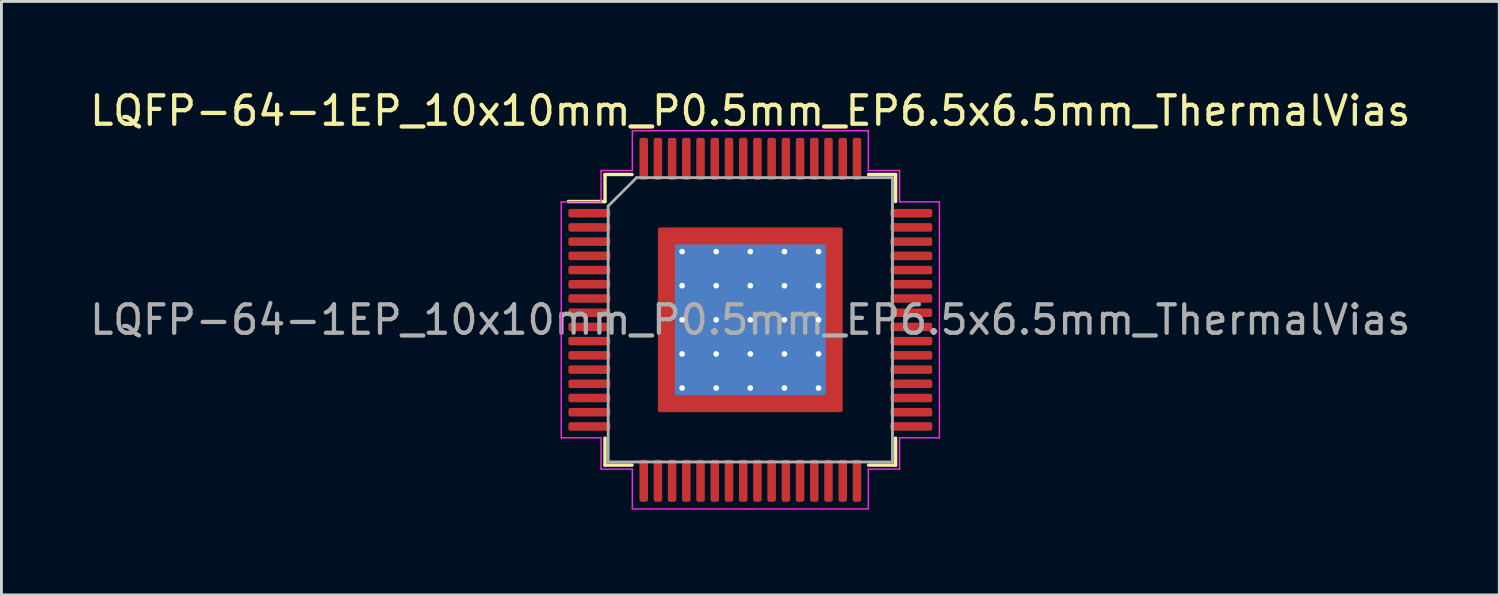
<source format=kicad_pcb>
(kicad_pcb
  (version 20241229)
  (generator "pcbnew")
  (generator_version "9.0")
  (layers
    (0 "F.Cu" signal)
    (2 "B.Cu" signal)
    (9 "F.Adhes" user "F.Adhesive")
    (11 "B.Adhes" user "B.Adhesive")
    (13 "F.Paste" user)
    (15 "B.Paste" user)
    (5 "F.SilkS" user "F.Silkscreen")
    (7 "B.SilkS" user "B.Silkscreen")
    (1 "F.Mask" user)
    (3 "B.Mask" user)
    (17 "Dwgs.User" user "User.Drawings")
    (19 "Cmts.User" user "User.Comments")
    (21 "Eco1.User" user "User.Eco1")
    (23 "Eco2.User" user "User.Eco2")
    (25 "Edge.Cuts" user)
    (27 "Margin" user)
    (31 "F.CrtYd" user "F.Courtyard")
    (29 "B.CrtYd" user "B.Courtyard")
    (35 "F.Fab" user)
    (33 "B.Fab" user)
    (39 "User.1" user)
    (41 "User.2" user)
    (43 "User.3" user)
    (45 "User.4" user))
  (footprint "LQFP-64-1EP_10x10mm_P0.5mm_EP6.5x6.5mm_ThermalVias"
    (layer "F.Cu")
    (at 23.339 8.198)
    (property "Reference" "LQFP-64-1EP_10x10mm_P0.5mm_EP6.5x6.5mm_ThermalVias" (at 0 -7.35 0) (layer "F.SilkS") (effects (font (size 1 1) (thickness 0.15))))
    (attr smd)
    (fp_line (start -5.11 -5.11) (end -5.11 -4.16) (stroke (width 0.12) (type solid)) (layer "F.SilkS"))
    (fp_line (start -5.11 -4.16) (end -6.4 -4.16) (stroke (width 0.12) (type solid)) (layer "F.SilkS"))
    (fp_line (start -5.11 5.11) (end -5.11 4.16) (stroke (width 0.12) (type solid)) (layer "F.SilkS"))
    (fp_line (start -4.16 -5.11) (end -5.11 -5.11) (stroke (width 0.12) (type solid)) (layer "F.SilkS"))
    (fp_line (start -4.16 5.11) (end -5.11 5.11) (stroke (width 0.12) (type solid)) (layer "F.SilkS"))
    (fp_line (start 4.16 -5.11) (end 5.11 -5.11) (stroke (width 0.12) (type solid)) (layer "F.SilkS"))
    (fp_line (start 4.16 5.11) (end 5.11 5.11) (stroke (width 0.12) (type solid)) (layer "F.SilkS"))
    (fp_line (start 5.11 -5.11) (end 5.11 -4.16) (stroke (width 0.12) (type solid)) (layer "F.SilkS"))
    (fp_line (start 5.11 5.11) (end 5.11 4.16) (stroke (width 0.12) (type solid)) (layer "F.SilkS"))
    (fp_line (start -6.65 -4.15) (end -6.65 0) (stroke (width 0.05) (type solid)) (layer "F.CrtYd"))
    (fp_line (start -6.65 4.15) (end -6.65 0) (stroke (width 0.05) (type solid)) (layer "F.CrtYd"))
    (fp_line (start -5.25 -5.25) (end -5.25 -4.15) (stroke (width 0.05) (type solid)) (layer "F.CrtYd"))
    (fp_line (start -5.25 -4.15) (end -6.65 -4.15) (stroke (width 0.05) (type solid)) (layer "F.CrtYd"))
    (fp_line (start -5.25 4.15) (end -6.65 4.15) (stroke (width 0.05) (type solid)) (layer "F.CrtYd"))
    (fp_line (start -5.25 5.25) (end -5.25 4.15) (stroke (width 0.05) (type solid)) (layer "F.CrtYd"))
    (fp_line (start -4.15 -6.65) (end -4.15 -5.25) (stroke (width 0.05) (type solid)) (layer "F.CrtYd"))
    (fp_line (start -4.15 -5.25) (end -5.25 -5.25) (stroke (width 0.05) (type solid)) (layer "F.CrtYd"))
    (fp_line (start -4.15 5.25) (end -5.25 5.25) (stroke (width 0.05) (type solid)) (layer "F.CrtYd"))
    (fp_line (start -4.15 6.65) (end -4.15 5.25) (stroke (width 0.05) (type solid)) (layer "F.CrtYd"))
    (fp_line (start 0 -6.65) (end -4.15 -6.65) (stroke (width 0.05) (type solid)) (layer "F.CrtYd"))
    (fp_line (start 0 -6.65) (end 4.15 -6.65) (stroke (width 0.05) (type solid)) (layer "F.CrtYd"))
    (fp_line (start 0 6.65) (end -4.15 6.65) (stroke (width 0.05) (type solid)) (layer "F.CrtYd"))
    (fp_line (start 0 6.65) (end 4.15 6.65) (stroke (width 0.05) (type solid)) (layer "F.CrtYd"))
    (fp_line (start 4.15 -6.65) (end 4.15 -5.25) (stroke (width 0.05) (type solid)) (layer "F.CrtYd"))
    (fp_line (start 4.15 -5.25) (end 5.25 -5.25) (stroke (width 0.05) (type solid)) (layer "F.CrtYd"))
    (fp_line (start 4.15 5.25) (end 5.25 5.25) (stroke (width 0.05) (type solid)) (layer "F.CrtYd"))
    (fp_line (start 4.15 6.65) (end 4.15 5.25) (stroke (width 0.05) (type solid)) (layer "F.CrtYd"))
    (fp_line (start 5.25 -5.25) (end 5.25 -4.15) (stroke (width 0.05) (type solid)) (layer "F.CrtYd"))
    (fp_line (start 5.25 -4.15) (end 6.65 -4.15) (stroke (width 0.05) (type solid)) (layer "F.CrtYd"))
    (fp_line (start 5.25 4.15) (end 6.65 4.15) (stroke (width 0.05) (type solid)) (layer "F.CrtYd"))
    (fp_line (start 5.25 5.25) (end 5.25 4.15) (stroke (width 0.05) (type solid)) (layer "F.CrtYd"))
    (fp_line (start 6.65 -4.15) (end 6.65 0) (stroke (width 0.05) (type solid)) (layer "F.CrtYd"))
    (fp_line (start 6.65 4.15) (end 6.65 0) (stroke (width 0.05) (type solid)) (layer "F.CrtYd"))
    (fp_line (start -5 -4) (end -4 -5) (stroke (width 0.1) (type solid)) (layer "F.Fab"))
    (fp_line (start -5 5) (end -5 -4) (stroke (width 0.1) (type solid)) (layer "F.Fab"))
    (fp_line (start -4 -5) (end 5 -5) (stroke (width 0.1) (type solid)) (layer "F.Fab"))
    (fp_line (start 5 -5) (end 5 5) (stroke (width 0.1) (type solid)) (layer "F.Fab"))
    (fp_line (start 5 5) (end -5 5) (stroke (width 0.1) (type solid)) (layer "F.Fab"))
    (fp_text user "${REFERENCE}" (at 0 0 0) (layer "F.Fab") (effects (font (size 1 1) (thickness 0.15))))
    (pad "" smd custom (at -2.825 -2.825) (size 0.602 0.602) (layers "F.Paste") (options (anchor circle)) (primitives (gr_poly (pts (xy -0.343 -0.343) (xy 0.343 -0.343) (xy 0.343 0.225) (xy 0.225 0.343) (xy -0.343 0.343)) (width 0) (fill yes))))
    (pad "" smd custom (at -2.825 -1.8) (size 0.626 0.626) (layers "F.Paste") (options (anchor circle)) (primitives (gr_poly (pts (xy -0.343 -0.484) (xy 0.258 -0.484) (xy 0.343 -0.4) (xy 0.343 0.4) (xy 0.258 0.484) (xy -0.343 0.484)) (width 0) (fill yes))))
    (pad "" smd custom (at -2.825 -0.6) (size 0.626 0.626) (layers "F.Paste") (options (anchor circle)) (primitives (gr_poly (pts (xy -0.343 -0.484) (xy 0.258 -0.484) (xy 0.343 -0.4) (xy 0.343 0.4) (xy 0.258 0.484) (xy -0.343 0.484)) (width 0) (fill yes))))
    (pad "" smd custom (at -2.825 0.6) (size 0.626 0.626) (layers "F.Paste") (options (anchor circle)) (primitives (gr_poly (pts (xy -0.343 -0.484) (xy 0.258 -0.484) (xy 0.343 -0.4) (xy 0.343 0.4) (xy 0.258 0.484) (xy -0.343 0.484)) (width 0) (fill yes))))
    (pad "" smd custom (at -2.825 1.8) (size 0.626 0.626) (layers "F.Paste") (options (anchor circle)) (primitives (gr_poly (pts (xy -0.343 -0.484) (xy 0.258 -0.484) (xy 0.343 -0.4) (xy 0.343 0.4) (xy 0.258 0.484) (xy -0.343 0.484)) (width 0) (fill yes))))
    (pad "" smd custom (at -2.825 2.825) (size 0.602 0.602) (layers "F.Paste") (options (anchor circle)) (primitives (gr_poly (pts (xy -0.343 -0.343) (xy 0.225 -0.343) (xy 0.343 -0.225) (xy 0.343 0.343) (xy -0.343 0.343)) (width 0) (fill yes))))
    (pad "" smd custom (at -1.8 -2.825) (size 0.626 0.626) (layers "F.Paste") (options (anchor circle)) (primitives (gr_poly (pts (xy -0.484 -0.343) (xy 0.484 -0.343) (xy 0.484 0.258) (xy 0.4 0.343) (xy -0.4 0.343) (xy -0.484 0.258)) (width 0) (fill yes))))
    (pad "" smd custom (at -1.8 -1.8) (size 0.932 0.932) (layers "F.Paste") (options (anchor circle)) (primitives (gr_poly (pts (xy -0.484 -0.433) (xy -0.433 -0.484) (xy 0.433 -0.484) (xy 0.484 -0.433) (xy 0.484 0.433) (xy 0.433 0.484) (xy -0.433 0.484) (xy -0.484 0.433)) (width 0) (fill yes))))
    (pad "" smd custom (at -1.8 -0.6) (size 0.932 0.932) (layers "F.Paste") (options (anchor circle)) (primitives (gr_poly (pts (xy -0.484 -0.433) (xy -0.433 -0.484) (xy 0.433 -0.484) (xy 0.484 -0.433) (xy 0.484 0.433) (xy 0.433 0.484) (xy -0.433 0.484) (xy -0.484 0.433)) (width 0) (fill yes))))
    (pad "" smd custom (at -1.8 0.6) (size 0.932 0.932) (layers "F.Paste") (options (anchor circle)) (primitives (gr_poly (pts (xy -0.484 -0.433) (xy -0.433 -0.484) (xy 0.433 -0.484) (xy 0.484 -0.433) (xy 0.484 0.433) (xy 0.433 0.484) (xy -0.433 0.484) (xy -0.484 0.433)) (width 0) (fill yes))))
    (pad "" smd custom (at -1.8 1.8) (size 0.932 0.932) (layers "F.Paste") (options (anchor circle)) (primitives (gr_poly (pts (xy -0.484 -0.433) (xy -0.433 -0.484) (xy 0.433 -0.484) (xy 0.484 -0.433) (xy 0.484 0.433) (xy 0.433 0.484) (xy -0.433 0.484) (xy -0.484 0.433)) (width 0) (fill yes))))
    (pad "" smd custom (at -1.8 2.825) (size 0.626 0.626) (layers "F.Paste") (options (anchor circle)) (primitives (gr_poly (pts (xy -0.484 -0.258) (xy -0.4 -0.343) (xy 0.4 -0.343) (xy 0.484 -0.258) (xy 0.484 0.343) (xy -0.484 0.343)) (width 0) (fill yes))))
    (pad "" smd custom (at -0.6 -2.825) (size 0.626 0.626) (layers "F.Paste") (options (anchor circle)) (primitives (gr_poly (pts (xy -0.484 -0.343) (xy 0.484 -0.343) (xy 0.484 0.258) (xy 0.4 0.343) (xy -0.4 0.343) (xy -0.484 0.258)) (width 0) (fill yes))))
    (pad "" smd custom (at -0.6 -1.8) (size 0.932 0.932) (layers "F.Paste") (options (anchor circle)) (primitives (gr_poly (pts (xy -0.484 -0.433) (xy -0.433 -0.484) (xy 0.433 -0.484) (xy 0.484 -0.433) (xy 0.484 0.433) (xy 0.433 0.484) (xy -0.433 0.484) (xy -0.484 0.433)) (width 0) (fill yes))))
    (pad "" smd custom (at -0.6 -0.6) (size 0.932 0.932) (layers "F.Paste") (options (anchor circle)) (primitives (gr_poly (pts (xy -0.484 -0.433) (xy -0.433 -0.484) (xy 0.433 -0.484) (xy 0.484 -0.433) (xy 0.484 0.433) (xy 0.433 0.484) (xy -0.433 0.484) (xy -0.484 0.433)) (width 0) (fill yes))))
    (pad "" smd custom (at -0.6 0.6) (size 0.932 0.932) (layers "F.Paste") (options (anchor circle)) (primitives (gr_poly (pts (xy -0.484 -0.433) (xy -0.433 -0.484) (xy 0.433 -0.484) (xy 0.484 -0.433) (xy 0.484 0.433) (xy 0.433 0.484) (xy -0.433 0.484) (xy -0.484 0.433)) (width 0) (fill yes))))
    (pad "" smd custom (at -0.6 1.8) (size 0.932 0.932) (layers "F.Paste") (options (anchor circle)) (primitives (gr_poly (pts (xy -0.484 -0.433) (xy -0.433 -0.484) (xy 0.433 -0.484) (xy 0.484 -0.433) (xy 0.484 0.433) (xy 0.433 0.484) (xy -0.433 0.484) (xy -0.484 0.433)) (width 0) (fill yes))))
    (pad "" smd custom (at -0.6 2.825) (size 0.626 0.626) (layers "F.Paste") (options (anchor circle)) (primitives (gr_poly (pts (xy -0.484 -0.258) (xy -0.4 -0.343) (xy 0.4 -0.343) (xy 0.484 -0.258) (xy 0.484 0.343) (xy -0.484 0.343)) (width 0) (fill yes))))
    (pad "" smd custom (at 0.6 -2.825) (size 0.626 0.626) (layers "F.Paste") (options (anchor circle)) (primitives (gr_poly (pts (xy -0.484 -0.343) (xy 0.484 -0.343) (xy 0.484 0.258) (xy 0.4 0.343) (xy -0.4 0.343) (xy -0.484 0.258)) (width 0) (fill yes))))
    (pad "" smd custom (at 0.6 -1.8) (size 0.932 0.932) (layers "F.Paste") (options (anchor circle)) (primitives (gr_poly (pts (xy -0.484 -0.433) (xy -0.433 -0.484) (xy 0.433 -0.484) (xy 0.484 -0.433) (xy 0.484 0.433) (xy 0.433 0.484) (xy -0.433 0.484) (xy -0.484 0.433)) (width 0) (fill yes))))
    (pad "" smd custom (at 0.6 -0.6) (size 0.932 0.932) (layers "F.Paste") (options (anchor circle)) (primitives (gr_poly (pts (xy -0.484 -0.433) (xy -0.433 -0.484) (xy 0.433 -0.484) (xy 0.484 -0.433) (xy 0.484 0.433) (xy 0.433 0.484) (xy -0.433 0.484) (xy -0.484 0.433)) (width 0) (fill yes))))
    (pad "" smd custom (at 0.6 0.6) (size 0.932 0.932) (layers "F.Paste") (options (anchor circle)) (primitives (gr_poly (pts (xy -0.484 -0.433) (xy -0.433 -0.484) (xy 0.433 -0.484) (xy 0.484 -0.433) (xy 0.484 0.433) (xy 0.433 0.484) (xy -0.433 0.484) (xy -0.484 0.433)) (width 0) (fill yes))))
    (pad "" smd custom (at 0.6 1.8) (size 0.932 0.932) (layers "F.Paste") (options (anchor circle)) (primitives (gr_poly (pts (xy -0.484 -0.433) (xy -0.433 -0.484) (xy 0.433 -0.484) (xy 0.484 -0.433) (xy 0.484 0.433) (xy 0.433 0.484) (xy -0.433 0.484) (xy -0.484 0.433)) (width 0) (fill yes))))
    (pad "" smd custom (at 0.6 2.825) (size 0.626 0.626) (layers "F.Paste") (options (anchor circle)) (primitives (gr_poly (pts (xy -0.484 -0.258) (xy -0.4 -0.343) (xy 0.4 -0.343) (xy 0.484 -0.258) (xy 0.484 0.343) (xy -0.484 0.343)) (width 0) (fill yes))))
    (pad "" smd custom (at 1.8 -2.825) (size 0.626 0.626) (layers "F.Paste") (options (anchor circle)) (primitives (gr_poly (pts (xy -0.484 -0.343) (xy 0.484 -0.343) (xy 0.484 0.258) (xy 0.4 0.343) (xy -0.4 0.343) (xy -0.484 0.258)) (width 0) (fill yes))))
    (pad "" smd custom (at 1.8 -1.8) (size 0.932 0.932) (layers "F.Paste") (options (anchor circle)) (primitives (gr_poly (pts (xy -0.484 -0.433) (xy -0.433 -0.484) (xy 0.433 -0.484) (xy 0.484 -0.433) (xy 0.484 0.433) (xy 0.433 0.484) (xy -0.433 0.484) (xy -0.484 0.433)) (width 0) (fill yes))))
    (pad "" smd custom (at 1.8 -0.6) (size 0.932 0.932) (layers "F.Paste") (options (anchor circle)) (primitives (gr_poly (pts (xy -0.484 -0.433) (xy -0.433 -0.484) (xy 0.433 -0.484) (xy 0.484 -0.433) (xy 0.484 0.433) (xy 0.433 0.484) (xy -0.433 0.484) (xy -0.484 0.433)) (width 0) (fill yes))))
    (pad "" smd custom (at 1.8 0.6) (size 0.932 0.932) (layers "F.Paste") (options (anchor circle)) (primitives (gr_poly (pts (xy -0.484 -0.433) (xy -0.433 -0.484) (xy 0.433 -0.484) (xy 0.484 -0.433) (xy 0.484 0.433) (xy 0.433 0.484) (xy -0.433 0.484) (xy -0.484 0.433)) (width 0) (fill yes))))
    (pad "" smd custom (at 1.8 1.8) (size 0.932 0.932) (layers "F.Paste") (options (anchor circle)) (primitives (gr_poly (pts (xy -0.484 -0.433) (xy -0.433 -0.484) (xy 0.433 -0.484) (xy 0.484 -0.433) (xy 0.484 0.433) (xy 0.433 0.484) (xy -0.433 0.484) (xy -0.484 0.433)) (width 0) (fill yes))))
    (pad "" smd custom (at 1.8 2.825) (size 0.626 0.626) (layers "F.Paste") (options (anchor circle)) (primitives (gr_poly (pts (xy -0.484 -0.258) (xy -0.4 -0.343) (xy 0.4 -0.343) (xy 0.484 -0.258) (xy 0.484 0.343) (xy -0.484 0.343)) (width 0) (fill yes))))
    (pad "" smd custom (at 2.825 -2.825) (size 0.602 0.602) (layers "F.Paste") (options (anchor circle)) (primitives (gr_poly (pts (xy -0.343 -0.343) (xy 0.343 -0.343) (xy 0.343 0.343) (xy -0.225 0.343) (xy -0.343 0.225)) (width 0) (fill yes))))
    (pad "" smd custom (at 2.825 -1.8) (size 0.626 0.626) (layers "F.Paste") (options (anchor circle)) (primitives (gr_poly (pts (xy -0.343 -0.4) (xy -0.258 -0.484) (xy 0.343 -0.484) (xy 0.343 0.484) (xy -0.258 0.484) (xy -0.343 0.4)) (width 0) (fill yes))))
    (pad "" smd custom (at 2.825 -0.6) (size 0.626 0.626) (layers "F.Paste") (options (anchor circle)) (primitives (gr_poly (pts (xy -0.343 -0.4) (xy -0.258 -0.484) (xy 0.343 -0.484) (xy 0.343 0.484) (xy -0.258 0.484) (xy -0.343 0.4)) (width 0) (fill yes))))
    (pad "" smd custom (at 2.825 0.6) (size 0.626 0.626) (layers "F.Paste") (options (anchor circle)) (primitives (gr_poly (pts (xy -0.343 -0.4) (xy -0.258 -0.484) (xy 0.343 -0.484) (xy 0.343 0.484) (xy -0.258 0.484) (xy -0.343 0.4)) (width 0) (fill yes))))
    (pad "" smd custom (at 2.825 1.8) (size 0.626 0.626) (layers "F.Paste") (options (anchor circle)) (primitives (gr_poly (pts (xy -0.343 -0.4) (xy -0.258 -0.484) (xy 0.343 -0.484) (xy 0.343 0.484) (xy -0.258 0.484) (xy -0.343 0.4)) (width 0) (fill yes))))
    (pad "" smd custom (at 2.825 2.825) (size 0.602 0.602) (layers "F.Paste") (options (anchor circle)) (primitives (gr_poly (pts (xy -0.343 -0.225) (xy -0.225 -0.343) (xy 0.343 -0.343) (xy 0.343 0.343) (xy -0.343 0.343)) (width 0) (fill yes))))
    (pad "1" smd roundrect (at -5.662 -3.75) (size 1.475 0.3) (layers "F.Cu" "F.Mask" "F.Paste") (roundrect_rratio 0.25))
    (pad "2" smd roundrect (at -5.662 -3.25) (size 1.475 0.3) (layers "F.Cu" "F.Mask" "F.Paste") (roundrect_rratio 0.25))
    (pad "3" smd roundrect (at -5.662 -2.75) (size 1.475 0.3) (layers "F.Cu" "F.Mask" "F.Paste") (roundrect_rratio 0.25))
    (pad "4" smd roundrect (at -5.662 -2.25) (size 1.475 0.3) (layers "F.Cu" "F.Mask" "F.Paste") (roundrect_rratio 0.25))
    (pad "5" smd roundrect (at -5.662 -1.75) (size 1.475 0.3) (layers "F.Cu" "F.Mask" "F.Paste") (roundrect_rratio 0.25))
    (pad "6" smd roundrect (at -5.662 -1.25) (size 1.475 0.3) (layers "F.Cu" "F.Mask" "F.Paste") (roundrect_rratio 0.25))
    (pad "7" smd roundrect (at -5.662 -0.75) (size 1.475 0.3) (layers "F.Cu" "F.Mask" "F.Paste") (roundrect_rratio 0.25))
    (pad "8" smd roundrect (at -5.662 -0.25) (size 1.475 0.3) (layers "F.Cu" "F.Mask" "F.Paste") (roundrect_rratio 0.25))
    (pad "9" smd roundrect (at -5.662 0.25) (size 1.475 0.3) (layers "F.Cu" "F.Mask" "F.Paste") (roundrect_rratio 0.25))
    (pad "10" smd roundrect (at -5.662 0.75) (size 1.475 0.3) (layers "F.Cu" "F.Mask" "F.Paste") (roundrect_rratio 0.25))
    (pad "11" smd roundrect (at -5.662 1.25) (size 1.475 0.3) (layers "F.Cu" "F.Mask" "F.Paste") (roundrect_rratio 0.25))
    (pad "12" smd roundrect (at -5.662 1.75) (size 1.475 0.3) (layers "F.Cu" "F.Mask" "F.Paste") (roundrect_rratio 0.25))
    (pad "13" smd roundrect (at -5.662 2.25) (size 1.475 0.3) (layers "F.Cu" "F.Mask" "F.Paste") (roundrect_rratio 0.25))
    (pad "14" smd roundrect (at -5.662 2.75) (size 1.475 0.3) (layers "F.Cu" "F.Mask" "F.Paste") (roundrect_rratio 0.25))
    (pad "15" smd roundrect (at -5.662 3.25) (size 1.475 0.3) (layers "F.Cu" "F.Mask" "F.Paste") (roundrect_rratio 0.25))
    (pad "16" smd roundrect (at -5.662 3.75) (size 1.475 0.3) (layers "F.Cu" "F.Mask" "F.Paste") (roundrect_rratio 0.25))
    (pad "17" smd roundrect (at -3.75 5.662) (size 0.3 1.475) (layers "F.Cu" "F.Mask" "F.Paste") (roundrect_rratio 0.25))
    (pad "18" smd roundrect (at -3.25 5.662) (size 0.3 1.475) (layers "F.Cu" "F.Mask" "F.Paste") (roundrect_rratio 0.25))
    (pad "19" smd roundrect (at -2.75 5.662) (size 0.3 1.475) (layers "F.Cu" "F.Mask" "F.Paste") (roundrect_rratio 0.25))
    (pad "20" smd roundrect (at -2.25 5.662) (size 0.3 1.475) (layers "F.Cu" "F.Mask" "F.Paste") (roundrect_rratio 0.25))
    (pad "21" smd roundrect (at -1.75 5.662) (size 0.3 1.475) (layers "F.Cu" "F.Mask" "F.Paste") (roundrect_rratio 0.25))
    (pad "22" smd roundrect (at -1.25 5.662) (size 0.3 1.475) (layers "F.Cu" "F.Mask" "F.Paste") (roundrect_rratio 0.25))
    (pad "23" smd roundrect (at -0.75 5.662) (size 0.3 1.475) (layers "F.Cu" "F.Mask" "F.Paste") (roundrect_rratio 0.25))
    (pad "24" smd roundrect (at -0.25 5.662) (size 0.3 1.475) (layers "F.Cu" "F.Mask" "F.Paste") (roundrect_rratio 0.25))
    (pad "25" smd roundrect (at 0.25 5.662) (size 0.3 1.475) (layers "F.Cu" "F.Mask" "F.Paste") (roundrect_rratio 0.25))
    (pad "26" smd roundrect (at 0.75 5.662) (size 0.3 1.475) (layers "F.Cu" "F.Mask" "F.Paste") (roundrect_rratio 0.25))
    (pad "27" smd roundrect (at 1.25 5.662) (size 0.3 1.475) (layers "F.Cu" "F.Mask" "F.Paste") (roundrect_rratio 0.25))
    (pad "28" smd roundrect (at 1.75 5.662) (size 0.3 1.475) (layers "F.Cu" "F.Mask" "F.Paste") (roundrect_rratio 0.25))
    (pad "29" smd roundrect (at 2.25 5.662) (size 0.3 1.475) (layers "F.Cu" "F.Mask" "F.Paste") (roundrect_rratio 0.25))
    (pad "30" smd roundrect (at 2.75 5.662) (size 0.3 1.475) (layers "F.Cu" "F.Mask" "F.Paste") (roundrect_rratio 0.25))
    (pad "31" smd roundrect (at 3.25 5.662) (size 0.3 1.475) (layers "F.Cu" "F.Mask" "F.Paste") (roundrect_rratio 0.25))
    (pad "32" smd roundrect (at 3.75 5.662) (size 0.3 1.475) (layers "F.Cu" "F.Mask" "F.Paste") (roundrect_rratio 0.25))
    (pad "33" smd roundrect (at 5.662 3.75) (size 1.475 0.3) (layers "F.Cu" "F.Mask" "F.Paste") (roundrect_rratio 0.25))
    (pad "34" smd roundrect (at 5.662 3.25) (size 1.475 0.3) (layers "F.Cu" "F.Mask" "F.Paste") (roundrect_rratio 0.25))
    (pad "35" smd roundrect (at 5.662 2.75) (size 1.475 0.3) (layers "F.Cu" "F.Mask" "F.Paste") (roundrect_rratio 0.25))
    (pad "36" smd roundrect (at 5.662 2.25) (size 1.475 0.3) (layers "F.Cu" "F.Mask" "F.Paste") (roundrect_rratio 0.25))
    (pad "37" smd roundrect (at 5.662 1.75) (size 1.475 0.3) (layers "F.Cu" "F.Mask" "F.Paste") (roundrect_rratio 0.25))
    (pad "38" smd roundrect (at 5.662 1.25) (size 1.475 0.3) (layers "F.Cu" "F.Mask" "F.Paste") (roundrect_rratio 0.25))
    (pad "39" smd roundrect (at 5.662 0.75) (size 1.475 0.3) (layers "F.Cu" "F.Mask" "F.Paste") (roundrect_rratio 0.25))
    (pad "40" smd roundrect (at 5.662 0.25) (size 1.475 0.3) (layers "F.Cu" "F.Mask" "F.Paste") (roundrect_rratio 0.25))
    (pad "41" smd roundrect (at 5.662 -0.25) (size 1.475 0.3) (layers "F.Cu" "F.Mask" "F.Paste") (roundrect_rratio 0.25))
    (pad "42" smd roundrect (at 5.662 -0.75) (size 1.475 0.3) (layers "F.Cu" "F.Mask" "F.Paste") (roundrect_rratio 0.25))
    (pad "43" smd roundrect (at 5.662 -1.25) (size 1.475 0.3) (layers "F.Cu" "F.Mask" "F.Paste") (roundrect_rratio 0.25))
    (pad "44" smd roundrect (at 5.662 -1.75) (size 1.475 0.3) (layers "F.Cu" "F.Mask" "F.Paste") (roundrect_rratio 0.25))
    (pad "45" smd roundrect (at 5.662 -2.25) (size 1.475 0.3) (layers "F.Cu" "F.Mask" "F.Paste") (roundrect_rratio 0.25))
    (pad "46" smd roundrect (at 5.662 -2.75) (size 1.475 0.3) (layers "F.Cu" "F.Mask" "F.Paste") (roundrect_rratio 0.25))
    (pad "47" smd roundrect (at 5.662 -3.25) (size 1.475 0.3) (layers "F.Cu" "F.Mask" "F.Paste") (roundrect_rratio 0.25))
    (pad "48" smd roundrect (at 5.662 -3.75) (size 1.475 0.3) (layers "F.Cu" "F.Mask" "F.Paste") (roundrect_rratio 0.25))
    (pad "49" smd roundrect (at 3.75 -5.662) (size 0.3 1.475) (layers "F.Cu" "F.Mask" "F.Paste") (roundrect_rratio 0.25))
    (pad "50" smd roundrect (at 3.25 -5.662) (size 0.3 1.475) (layers "F.Cu" "F.Mask" "F.Paste") (roundrect_rratio 0.25))
    (pad "51" smd roundrect (at 2.75 -5.662) (size 0.3 1.475) (layers "F.Cu" "F.Mask" "F.Paste") (roundrect_rratio 0.25))
    (pad "52" smd roundrect (at 2.25 -5.662) (size 0.3 1.475) (layers "F.Cu" "F.Mask" "F.Paste") (roundrect_rratio 0.25))
    (pad "53" smd roundrect (at 1.75 -5.662) (size 0.3 1.475) (layers "F.Cu" "F.Mask" "F.Paste") (roundrect_rratio 0.25))
    (pad "54" smd roundrect (at 1.25 -5.662) (size 0.3 1.475) (layers "F.Cu" "F.Mask" "F.Paste") (roundrect_rratio 0.25))
    (pad "55" smd roundrect (at 0.75 -5.662) (size 0.3 1.475) (layers "F.Cu" "F.Mask" "F.Paste") (roundrect_rratio 0.25))
    (pad "56" smd roundrect (at 0.25 -5.662) (size 0.3 1.475) (layers "F.Cu" "F.Mask" "F.Paste") (roundrect_rratio 0.25))
    (pad "57" smd roundrect (at -0.25 -5.662) (size 0.3 1.475) (layers "F.Cu" "F.Mask" "F.Paste") (roundrect_rratio 0.25))
    (pad "58" smd roundrect (at -0.75 -5.662) (size 0.3 1.475) (layers "F.Cu" "F.Mask" "F.Paste") (roundrect_rratio 0.25))
    (pad "59" smd roundrect (at -1.25 -5.662) (size 0.3 1.475) (layers "F.Cu" "F.Mask" "F.Paste") (roundrect_rratio 0.25))
    (pad "60" smd roundrect (at -1.75 -5.662) (size 0.3 1.475) (layers "F.Cu" "F.Mask" "F.Paste") (roundrect_rratio 0.25))
    (pad "61" smd roundrect (at -2.25 -5.662) (size 0.3 1.475) (layers "F.Cu" "F.Mask" "F.Paste") (roundrect_rratio 0.25))
    (pad "62" smd roundrect (at -2.75 -5.662) (size 0.3 1.475) (layers "F.Cu" "F.Mask" "F.Paste") (roundrect_rratio 0.25))
    (pad "63" smd roundrect (at -3.25 -5.662) (size 0.3 1.475) (layers "F.Cu" "F.Mask" "F.Paste") (roundrect_rratio 0.25))
    (pad "64" smd roundrect (at -3.75 -5.662) (size 0.3 1.475) (layers "F.Cu" "F.Mask" "F.Paste") (roundrect_rratio 0.25))
    (pad "65" thru_hole circle (at -2.4 -2.4) (size 0.5 0.5) (drill 0.2) (layers "*.Cu"))
    (pad "65" thru_hole circle (at -2.4 -1.2) (size 0.5 0.5) (drill 0.2) (layers "*.Cu"))
    (pad "65" thru_hole circle (at -2.4 0) (size 0.5 0.5) (drill 0.2) (layers "*.Cu"))
    (pad "65" thru_hole circle (at -2.4 1.2) (size 0.5 0.5) (drill 0.2) (layers "*.Cu"))
    (pad "65" thru_hole circle (at -2.4 2.4) (size 0.5 0.5) (drill 0.2) (layers "*.Cu"))
    (pad "65" thru_hole circle (at -1.2 -2.4) (size 0.5 0.5) (drill 0.2) (layers "*.Cu"))
    (pad "65" thru_hole circle (at -1.2 -1.2) (size 0.5 0.5) (drill 0.2) (layers "*.Cu"))
    (pad "65" thru_hole circle (at -1.2 0) (size 0.5 0.5) (drill 0.2) (layers "*.Cu"))
    (pad "65" thru_hole circle (at -1.2 1.2) (size 0.5 0.5) (drill 0.2) (layers "*.Cu"))
    (pad "65" thru_hole circle (at -1.2 2.4) (size 0.5 0.5) (drill 0.2) (layers "*.Cu"))
    (pad "65" thru_hole circle (at 0 -2.4) (size 0.5 0.5) (drill 0.2) (layers "*.Cu"))
    (pad "65" thru_hole circle (at 0 -1.2) (size 0.5 0.5) (drill 0.2) (layers "*.Cu"))
    (pad "65" thru_hole circle (at 0 0) (size 0.5 0.5) (drill 0.2) (layers "*.Cu"))
    (pad "65" smd roundrect (at 0 0) (size 5.3 5.3) (layers "B.Cu") (roundrect_rratio 0.014))
    (pad "65" smd roundrect (at 0 0) (size 6.5 6.5) (layers "F.Cu" "F.Mask") (roundrect_rratio 0.012))
    (pad "65" thru_hole circle (at 0 1.2) (size 0.5 0.5) (drill 0.2) (layers "*.Cu"))
    (pad "65" thru_hole circle (at 0 2.4) (size 0.5 0.5) (drill 0.2) (layers "*.Cu"))
    (pad "65" thru_hole circle (at 1.2 -2.4) (size 0.5 0.5) (drill 0.2) (layers "*.Cu"))
    (pad "65" thru_hole circle (at 1.2 -1.2) (size 0.5 0.5) (drill 0.2) (layers "*.Cu"))
    (pad "65" thru_hole circle (at 1.2 0) (size 0.5 0.5) (drill 0.2) (layers "*.Cu"))
    (pad "65" thru_hole circle (at 1.2 1.2) (size 0.5 0.5) (drill 0.2) (layers "*.Cu"))
    (pad "65" thru_hole circle (at 1.2 2.4) (size 0.5 0.5) (drill 0.2) (layers "*.Cu"))
    (pad "65" thru_hole circle (at 2.4 -2.4) (size 0.5 0.5) (drill 0.2) (layers "*.Cu"))
    (pad "65" thru_hole circle (at 2.4 -1.2) (size 0.5 0.5) (drill 0.2) (layers "*.Cu"))
    (pad "65" thru_hole circle (at 2.4 0) (size 0.5 0.5) (drill 0.2) (layers "*.Cu"))
    (pad "65" thru_hole circle (at 2.4 1.2) (size 0.5 0.5) (drill 0.2) (layers "*.Cu"))
    (pad "65" thru_hole circle (at 2.4 2.4) (size 0.5 0.5) (drill 0.2) (layers "*.Cu")))
  (gr_rect
    (start -3 -3)
    (end 49.679 17.873)
    (stroke (width 0.1) (type default))
    (fill no)
    (layer "Edge.Cuts")))
</source>
